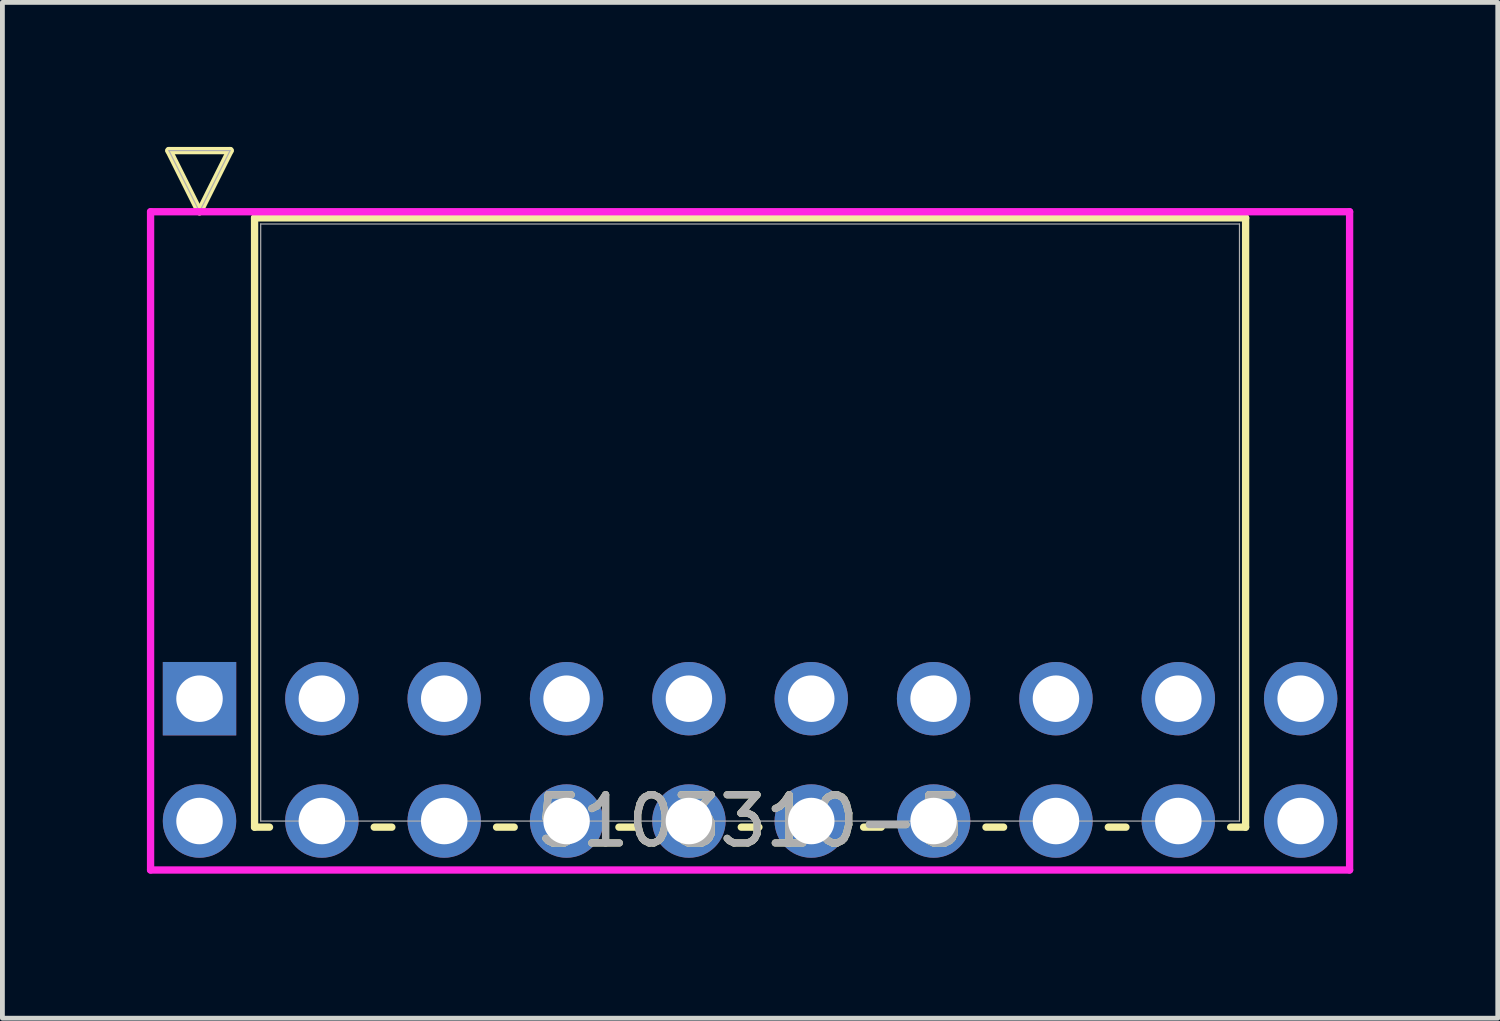
<source format=kicad_pcb>
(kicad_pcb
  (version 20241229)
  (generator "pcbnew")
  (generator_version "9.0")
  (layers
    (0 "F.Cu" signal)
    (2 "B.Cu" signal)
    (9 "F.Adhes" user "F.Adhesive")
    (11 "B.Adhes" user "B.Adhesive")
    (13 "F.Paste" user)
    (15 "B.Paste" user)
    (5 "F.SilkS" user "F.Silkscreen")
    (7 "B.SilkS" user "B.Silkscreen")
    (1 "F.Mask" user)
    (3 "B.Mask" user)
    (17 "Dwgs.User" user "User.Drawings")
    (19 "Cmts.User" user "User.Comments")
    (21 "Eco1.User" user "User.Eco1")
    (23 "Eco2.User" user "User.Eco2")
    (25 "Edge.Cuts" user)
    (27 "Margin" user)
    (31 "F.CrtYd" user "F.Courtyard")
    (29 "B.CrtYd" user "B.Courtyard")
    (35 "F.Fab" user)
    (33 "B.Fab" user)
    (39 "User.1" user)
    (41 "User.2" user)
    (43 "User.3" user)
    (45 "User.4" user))
  (footprint "5103310-5"
    (layer "F.Cu")
    (at 1.092 11.455)
    (property "Reference" "5103310-5" (at 11.43 2.54 0) (unlocked yes) (layer "F.SilkS") (effects (font (size 1 1) (thickness 0.15))))
    (attr through_hole)
    (fp_line (start -0.635 -11.379) (end 0.635 -11.379) (stroke (width 0.152) (type solid)) (layer "F.SilkS"))
    (fp_line (start 0 -10.109) (end -0.635 -11.379) (stroke (width 0.152) (type solid)) (layer "F.SilkS"))
    (fp_line (start 0.635 -11.379) (end 0 -10.109) (stroke (width 0.152) (type solid)) (layer "F.SilkS"))
    (fp_line (start 1.143 -9.982) (end 1.143 2.667) (stroke (width 0.152) (type solid)) (layer "F.SilkS"))
    (fp_line (start 1.143 2.667) (end 1.453 2.667) (stroke (width 0.152) (type solid)) (layer "F.SilkS"))
    (fp_line (start 3.627 2.667) (end 3.993 2.667) (stroke (width 0.152) (type solid)) (layer "F.SilkS"))
    (fp_line (start 6.167 2.667) (end 6.533 2.667) (stroke (width 0.152) (type solid)) (layer "F.SilkS"))
    (fp_line (start 8.707 2.667) (end 9.073 2.667) (stroke (width 0.152) (type solid)) (layer "F.SilkS"))
    (fp_line (start 11.247 2.667) (end 11.613 2.667) (stroke (width 0.152) (type solid)) (layer "F.SilkS"))
    (fp_line (start 13.787 2.667) (end 14.153 2.667) (stroke (width 0.152) (type solid)) (layer "F.SilkS"))
    (fp_line (start 16.327 2.667) (end 16.693 2.667) (stroke (width 0.152) (type solid)) (layer "F.SilkS"))
    (fp_line (start 18.867 2.667) (end 19.233 2.667) (stroke (width 0.152) (type solid)) (layer "F.SilkS"))
    (fp_line (start 21.407 2.667) (end 21.717 2.667) (stroke (width 0.152) (type solid)) (layer "F.SilkS"))
    (fp_line (start 21.717 -9.982) (end 1.143 -9.982) (stroke (width 0.152) (type solid)) (layer "F.SilkS"))
    (fp_line (start 21.717 2.667) (end 21.717 -9.982) (stroke (width 0.152) (type solid)) (layer "F.SilkS"))
    (fp_line (start -1.016 -10.109) (end -1.016 3.556) (stroke (width 0.152) (type solid)) (layer "F.CrtYd"))
    (fp_line (start -1.016 3.556) (end 23.876 3.556) (stroke (width 0.152) (type solid)) (layer "F.CrtYd"))
    (fp_line (start 23.876 -10.109) (end -1.016 -10.109) (stroke (width 0.152) (type solid)) (layer "F.CrtYd"))
    (fp_line (start 23.876 3.556) (end 23.876 -10.109) (stroke (width 0.152) (type solid)) (layer "F.CrtYd"))
    (fp_line (start -0.635 -11.379) (end 0.635 -11.379) (stroke (width 0.025) (type solid)) (layer "F.Fab"))
    (fp_line (start 0 -10.109) (end -0.635 -11.379) (stroke (width 0.025) (type solid)) (layer "F.Fab"))
    (fp_line (start 0.635 -11.379) (end 0 -10.109) (stroke (width 0.025) (type solid)) (layer "F.Fab"))
    (fp_line (start 1.27 -9.855) (end 1.27 2.54) (stroke (width 0.025) (type solid)) (layer "F.Fab"))
    (fp_line (start 1.27 2.54) (end 21.59 2.54) (stroke (width 0.025) (type solid)) (layer "F.Fab"))
    (fp_line (start 21.59 -9.855) (end 1.27 -9.855) (stroke (width 0.025) (type solid)) (layer "F.Fab"))
    (fp_line (start 21.59 2.54) (end 21.59 -9.855) (stroke (width 0.025) (type solid)) (layer "F.Fab"))
    (fp_text user "${REFERENCE}" (at 11.43 2.54 0) (unlocked yes) (layer "F.Fab") (effects (font (size 1 1) (thickness 0.15))))
    (pad "1" thru_hole rect (at 0 0) (size 1.524 1.524) (drill 0.965) (layers "*.Cu" "*.Mask"))
    (pad "2" thru_hole circle (at 0 2.54) (size 1.524 1.524) (drill 0.965) (layers "*.Cu" "*.Mask"))
    (pad "3" thru_hole circle (at 2.54 0) (size 1.524 1.524) (drill 0.965) (layers "*.Cu" "*.Mask"))
    (pad "4" thru_hole circle (at 2.54 2.54) (size 1.524 1.524) (drill 0.965) (layers "*.Cu" "*.Mask"))
    (pad "5" thru_hole circle (at 5.08 0) (size 1.524 1.524) (drill 0.965) (layers "*.Cu" "*.Mask"))
    (pad "6" thru_hole circle (at 5.08 2.54) (size 1.524 1.524) (drill 0.965) (layers "*.Cu" "*.Mask"))
    (pad "7" thru_hole circle (at 7.62 0) (size 1.524 1.524) (drill 0.965) (layers "*.Cu" "*.Mask"))
    (pad "8" thru_hole circle (at 7.62 2.54) (size 1.524 1.524) (drill 0.965) (layers "*.Cu" "*.Mask"))
    (pad "9" thru_hole circle (at 10.16 0) (size 1.524 1.524) (drill 0.965) (layers "*.Cu" "*.Mask"))
    (pad "10" thru_hole circle (at 10.16 2.54) (size 1.524 1.524) (drill 0.965) (layers "*.Cu" "*.Mask"))
    (pad "11" thru_hole circle (at 12.7 0) (size 1.524 1.524) (drill 0.965) (layers "*.Cu" "*.Mask"))
    (pad "12" thru_hole circle (at 12.7 2.54) (size 1.524 1.524) (drill 0.965) (layers "*.Cu" "*.Mask"))
    (pad "13" thru_hole circle (at 15.24 0) (size 1.524 1.524) (drill 0.965) (layers "*.Cu" "*.Mask"))
    (pad "14" thru_hole circle (at 15.24 2.54) (size 1.524 1.524) (drill 0.965) (layers "*.Cu" "*.Mask"))
    (pad "15" thru_hole circle (at 17.78 0) (size 1.524 1.524) (drill 0.965) (layers "*.Cu" "*.Mask"))
    (pad "16" thru_hole circle (at 17.78 2.54) (size 1.524 1.524) (drill 0.965) (layers "*.Cu" "*.Mask"))
    (pad "17" thru_hole circle (at 20.32 0) (size 1.524 1.524) (drill 0.965) (layers "*.Cu" "*.Mask"))
    (pad "18" thru_hole circle (at 20.32 2.54) (size 1.524 1.524) (drill 0.965) (layers "*.Cu" "*.Mask"))
    (pad "19" thru_hole circle (at 22.86 0) (size 1.524 1.524) (drill 0.965) (layers "*.Cu" "*.Mask"))
    (pad "20" thru_hole circle (at 22.86 2.54) (size 1.524 1.524) (drill 0.965) (layers "*.Cu" "*.Mask")))
  (gr_rect
    (start -3 -3)
    (end 28.044 18.088)
    (stroke (width 0.1) (type default))
    (fill no)
    (layer "Edge.Cuts")))
</source>
